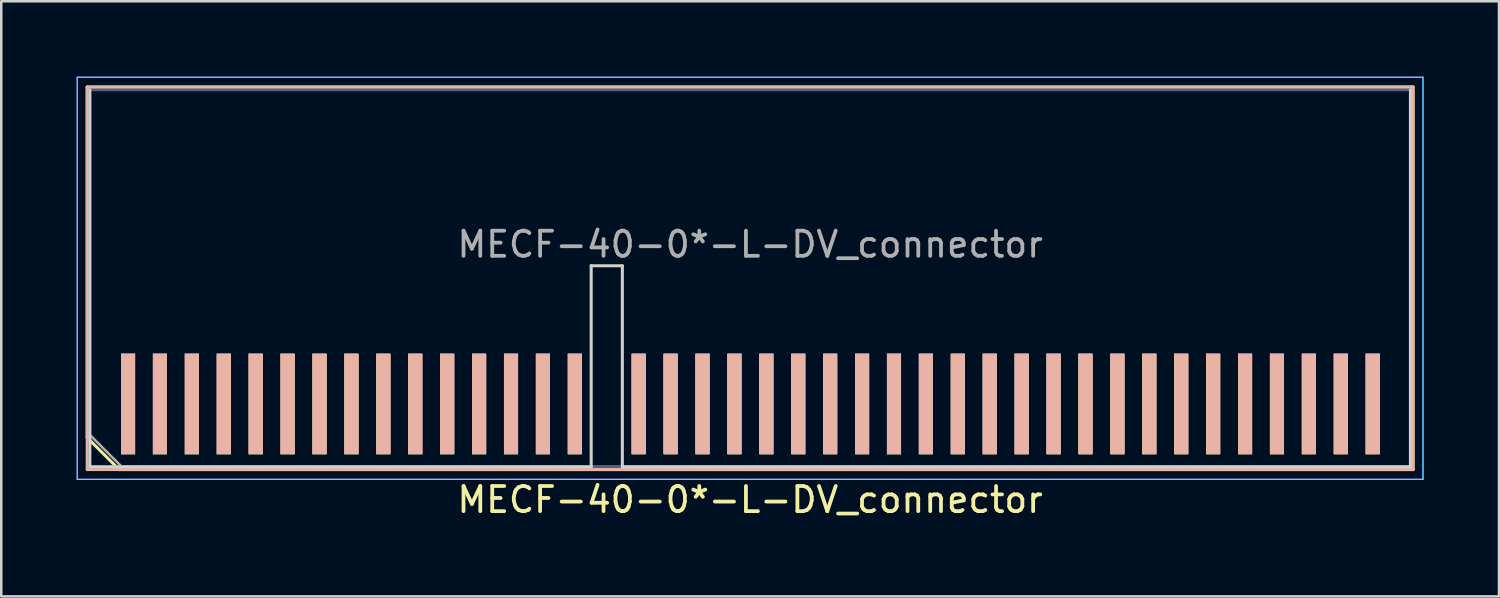
<source format=kicad_pcb>
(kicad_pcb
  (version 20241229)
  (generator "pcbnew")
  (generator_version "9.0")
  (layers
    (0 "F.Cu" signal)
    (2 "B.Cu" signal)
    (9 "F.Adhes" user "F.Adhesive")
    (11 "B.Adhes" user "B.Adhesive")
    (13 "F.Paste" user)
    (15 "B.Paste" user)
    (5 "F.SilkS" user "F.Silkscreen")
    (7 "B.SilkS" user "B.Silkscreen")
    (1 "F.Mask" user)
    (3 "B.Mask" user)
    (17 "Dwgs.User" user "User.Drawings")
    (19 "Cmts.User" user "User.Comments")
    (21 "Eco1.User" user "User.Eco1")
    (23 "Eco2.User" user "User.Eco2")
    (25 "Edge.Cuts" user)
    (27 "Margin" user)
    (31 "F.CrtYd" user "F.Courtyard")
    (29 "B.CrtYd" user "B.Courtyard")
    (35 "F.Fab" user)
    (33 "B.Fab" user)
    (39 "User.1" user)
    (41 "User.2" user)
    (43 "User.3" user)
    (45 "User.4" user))
  (footprint "MECF-40-0*-L-DV_connector"
    (layer "F.Cu")
    (at 26.8 13.025)
    (property "Reference" "MECF-40-0*-L-DV_connector" (at 0 3.81 0) (layer "F.SilkS") (effects (font (size 1 1) (thickness 0.15))))
    (attr through_hole)
    (fp_line (start -26.38 -12.61) (end 26.38 -12.61) (stroke (width 0.12) (type solid)) (layer "F.SilkS"))
    (fp_line (start -26.38 1.34) (end -26.38 -12.61) (stroke (width 0.12) (type solid)) (layer "F.SilkS"))
    (fp_line (start -25.11 2.61) (end -26.38 1.34) (stroke (width 0.12) (type solid)) (layer "F.SilkS"))
    (fp_line (start -25.11 2.61) (end 26.38 2.61) (stroke (width 0.12) (type solid)) (layer "F.SilkS"))
    (fp_line (start 26.38 2.61) (end 26.38 -12.61) (stroke (width 0.12) (type solid)) (layer "F.SilkS"))
    (fp_line (start -26.38 -12.61) (end 26.38 -12.61) (stroke (width 0.12) (type solid)) (layer "B.SilkS"))
    (fp_line (start -26.38 2.61) (end -26.38 -12.61) (stroke (width 0.12) (type solid)) (layer "B.SilkS"))
    (fp_line (start -26.38 2.61) (end 26.38 2.61) (stroke (width 0.12) (type solid)) (layer "B.SilkS"))
    (fp_line (start 26.38 2.61) (end 26.38 -12.61) (stroke (width 0.12) (type solid)) (layer "B.SilkS"))
    (fp_line (start -26.275 2.5) (end -26.275 -12.5) (stroke (width 0.12) (type solid)) (layer "Edge.Cuts"))
    (fp_line (start -26.275 2.5) (end -6.325 2.5) (stroke (width 0.12) (type solid)) (layer "Edge.Cuts"))
    (fp_line (start -6.325 -5.5) (end -5.085 -5.5) (stroke (width 0.12) (type solid)) (layer "Edge.Cuts"))
    (fp_line (start -6.325 2.5) (end -6.325 -5.5) (stroke (width 0.12) (type solid)) (layer "Edge.Cuts"))
    (fp_line (start -5.085 2.5) (end -5.085 -5.5) (stroke (width 0.12) (type solid)) (layer "Edge.Cuts"))
    (fp_line (start -5.085 2.5) (end 26.275 2.5) (stroke (width 0.12) (type solid)) (layer "Edge.Cuts"))
    (fp_line (start 26.275 2.5) (end 26.275 -12.5) (stroke (width 0.12) (type solid)) (layer "Edge.Cuts"))
    (fp_line (start -26.775 -13) (end -26.775 3) (stroke (width 0.05) (type solid)) (layer "B.CrtYd"))
    (fp_line (start -26.775 3) (end 26.775 3) (stroke (width 0.05) (type solid)) (layer "B.CrtYd"))
    (fp_line (start 26.775 -13) (end -26.775 -13) (stroke (width 0.05) (type solid)) (layer "B.CrtYd"))
    (fp_line (start 26.775 3) (end 26.775 -13) (stroke (width 0.05) (type solid)) (layer "B.CrtYd"))
    (fp_line (start -26.775 -13) (end -26.775 3) (stroke (width 0.05) (type solid)) (layer "F.CrtYd"))
    (fp_line (start -26.775 3) (end 26.775 3) (stroke (width 0.05) (type solid)) (layer "F.CrtYd"))
    (fp_line (start 26.775 -13) (end -26.775 -13) (stroke (width 0.05) (type solid)) (layer "F.CrtYd"))
    (fp_line (start 26.775 3) (end 26.775 -13) (stroke (width 0.05) (type solid)) (layer "F.CrtYd"))
    (fp_line (start -26.275 -12.5) (end 26.275 -12.5) (stroke (width 0.1) (type solid)) (layer "B.Fab"))
    (fp_line (start -26.275 2.5) (end -26.275 -12.5) (stroke (width 0.1) (type solid)) (layer "B.Fab"))
    (fp_line (start -26.275 2.5) (end 26.275 2.5) (stroke (width 0.1) (type solid)) (layer "B.Fab"))
    (fp_line (start 26.275 2.5) (end 26.275 -12.5) (stroke (width 0.1) (type solid)) (layer "B.Fab"))
    (fp_line (start -26.275 -12.5) (end 26.275 -12.5) (stroke (width 0.1) (type solid)) (layer "F.Fab"))
    (fp_line (start -26.275 1.23) (end -26.275 -12.5) (stroke (width 0.1) (type solid)) (layer "F.Fab"))
    (fp_line (start -26.275 1.23) (end -25.005 2.5) (stroke (width 0.1) (type solid)) (layer "F.Fab"))
    (fp_line (start -25.005 2.5) (end 26.275 2.5) (stroke (width 0.1) (type solid)) (layer "F.Fab"))
    (fp_line (start 26.275 2.5) (end 26.275 -12.5) (stroke (width 0.1) (type solid)) (layer "F.Fab"))
    (fp_text user "${REFERENCE}" (at 0 -6.35 0) (layer "F.Fab") (effects (font (size 1 1) (thickness 0.15))))
    (pad "1" smd rect (at -24.755 0) (size 0.56 4) (layers "F.Cu" "F.Mask" "F.SilkS"))
    (pad "2" smd rect (at -24.755 0) (size 0.56 4) (layers "B.Cu" "B.Mask" "B.SilkS"))
    (pad "3" smd rect (at -23.485 0) (size 0.56 4) (layers "F.Cu" "F.Mask" "F.SilkS"))
    (pad "4" smd rect (at -23.485 0) (size 0.56 4) (layers "B.Cu" "B.Mask" "B.SilkS"))
    (pad "5" smd rect (at -22.215 0) (size 0.56 4) (layers "F.Cu" "F.Mask" "F.SilkS"))
    (pad "6" smd rect (at -22.215 0) (size 0.56 4) (layers "B.Cu" "B.Mask" "B.SilkS"))
    (pad "7" smd rect (at -20.945 0) (size 0.56 4) (layers "F.Cu" "F.Mask" "F.SilkS"))
    (pad "8" smd rect (at -20.945 0) (size 0.56 4) (layers "B.Cu" "B.Mask" "B.SilkS"))
    (pad "9" smd rect (at -19.675 0) (size 0.56 4) (layers "F.Cu" "F.Mask" "F.SilkS"))
    (pad "10" smd rect (at -19.675 0) (size 0.56 4) (layers "B.Cu" "B.Mask" "B.SilkS"))
    (pad "11" smd rect (at -18.405 0) (size 0.56 4) (layers "F.Cu" "F.Mask" "F.SilkS"))
    (pad "12" smd rect (at -18.405 0) (size 0.56 4) (layers "B.Cu" "B.Mask" "B.SilkS"))
    (pad "13" smd rect (at -17.135 0) (size 0.56 4) (layers "F.Cu" "F.Mask" "F.SilkS"))
    (pad "14" smd rect (at -17.135 0) (size 0.56 4) (layers "B.Cu" "B.Mask" "B.SilkS"))
    (pad "15" smd rect (at -15.865 0) (size 0.56 4) (layers "F.Cu" "F.Mask" "F.SilkS"))
    (pad "16" smd rect (at -15.865 0) (size 0.56 4) (layers "B.Cu" "B.Mask" "B.SilkS"))
    (pad "17" smd rect (at -14.595 0) (size 0.56 4) (layers "F.Cu" "F.Mask" "F.SilkS"))
    (pad "18" smd rect (at -14.595 0) (size 0.56 4) (layers "B.Cu" "B.Mask" "B.SilkS"))
    (pad "19" smd rect (at -13.325 0) (size 0.56 4) (layers "F.Cu" "F.Mask" "F.SilkS"))
    (pad "20" smd rect (at -13.325 0) (size 0.56 4) (layers "B.Cu" "B.Mask" "B.SilkS"))
    (pad "21" smd rect (at -12.055 0) (size 0.56 4) (layers "F.Cu" "F.Mask" "F.SilkS"))
    (pad "22" smd rect (at -12.055 0) (size 0.56 4) (layers "B.Cu" "B.Mask" "B.SilkS"))
    (pad "23" smd rect (at -10.785 0) (size 0.56 4) (layers "F.Cu" "F.Mask" "F.SilkS"))
    (pad "24" smd rect (at -10.785 0) (size 0.56 4) (layers "B.Cu" "B.Mask" "B.SilkS"))
    (pad "25" smd rect (at -9.515 0) (size 0.56 4) (layers "F.Cu" "F.Mask" "F.SilkS"))
    (pad "26" smd rect (at -9.515 0) (size 0.56 4) (layers "B.Cu" "B.Mask" "B.SilkS"))
    (pad "27" smd rect (at -8.245 0) (size 0.56 4) (layers "F.Cu" "F.Mask" "F.SilkS"))
    (pad "28" smd rect (at -8.245 0) (size 0.56 4) (layers "B.Cu" "B.Mask" "B.SilkS"))
    (pad "29" smd rect (at -6.975 0) (size 0.56 4) (layers "F.Cu" "F.Mask" "F.SilkS"))
    (pad "30" smd rect (at -6.975 0) (size 0.56 4) (layers "B.Cu" "B.Mask" "B.SilkS"))
    (pad "33" smd rect (at -4.435 0) (size 0.56 4) (layers "F.Cu" "F.Mask" "F.SilkS"))
    (pad "34" smd rect (at -4.435 0) (size 0.56 4) (layers "B.Cu" "B.Mask" "B.SilkS"))
    (pad "35" smd rect (at -3.165 0) (size 0.56 4) (layers "F.Cu" "F.Mask" "F.SilkS"))
    (pad "36" smd rect (at -3.165 0) (size 0.56 4) (layers "B.Cu" "B.Mask" "B.SilkS"))
    (pad "37" smd rect (at -1.895 0) (size 0.56 4) (layers "F.Cu" "F.Mask" "F.SilkS"))
    (pad "38" smd rect (at -1.895 0) (size 0.56 4) (layers "B.Cu" "B.Mask" "B.SilkS"))
    (pad "39" smd rect (at -0.625 0) (size 0.56 4) (layers "F.Cu" "F.Mask" "F.SilkS"))
    (pad "40" smd rect (at -0.625 0) (size 0.56 4) (layers "B.Cu" "B.Mask" "B.SilkS"))
    (pad "41" smd rect (at 0.645 0) (size 0.56 4) (layers "F.Cu" "F.Mask" "F.SilkS"))
    (pad "42" smd rect (at 0.645 0) (size 0.56 4) (layers "B.Cu" "B.Mask" "B.SilkS"))
    (pad "43" smd rect (at 1.915 0) (size 0.56 4) (layers "F.Cu" "F.Mask" "F.SilkS"))
    (pad "44" smd rect (at 1.915 0) (size 0.56 4) (layers "B.Cu" "B.Mask" "B.SilkS"))
    (pad "45" smd rect (at 3.185 0) (size 0.56 4) (layers "F.Cu" "F.Mask" "F.SilkS"))
    (pad "46" smd rect (at 3.185 0) (size 0.56 4) (layers "B.Cu" "B.Mask" "B.SilkS"))
    (pad "47" smd rect (at 4.455 0) (size 0.56 4) (layers "F.Cu" "F.Mask" "F.SilkS"))
    (pad "48" smd rect (at 4.455 0) (size 0.56 4) (layers "B.Cu" "B.Mask" "B.SilkS"))
    (pad "49" smd rect (at 5.725 0) (size 0.56 4) (layers "F.Cu" "F.Mask" "F.SilkS"))
    (pad "50" smd rect (at 5.725 0) (size 0.56 4) (layers "B.Cu" "B.Mask" "B.SilkS"))
    (pad "51" smd rect (at 6.995 0) (size 0.56 4) (layers "F.Cu" "F.Mask" "F.SilkS"))
    (pad "52" smd rect (at 6.995 0) (size 0.56 4) (layers "B.Cu" "B.Mask" "B.SilkS"))
    (pad "53" smd rect (at 8.265 0) (size 0.56 4) (layers "F.Cu" "F.Mask" "F.SilkS"))
    (pad "54" smd rect (at 8.265 0) (size 0.56 4) (layers "B.Cu" "B.Mask" "B.SilkS"))
    (pad "55" smd rect (at 9.535 0) (size 0.56 4) (layers "F.Cu" "F.Mask" "F.SilkS"))
    (pad "56" smd rect (at 9.535 0) (size 0.56 4) (layers "B.Cu" "B.Mask" "B.SilkS"))
    (pad "57" smd rect (at 10.805 0) (size 0.56 4) (layers "F.Cu" "F.Mask" "F.SilkS"))
    (pad "58" smd rect (at 10.805 0) (size 0.56 4) (layers "B.Cu" "B.Mask" "B.SilkS"))
    (pad "59" smd rect (at 12.075 0) (size 0.56 4) (layers "F.Cu" "F.Mask" "F.SilkS"))
    (pad "60" smd rect (at 12.075 0) (size 0.56 4) (layers "B.Cu" "B.Mask" "B.SilkS"))
    (pad "61" smd rect (at 13.345 0) (size 0.56 4) (layers "F.Cu" "F.Mask" "F.SilkS"))
    (pad "62" smd rect (at 13.345 0) (size 0.56 4) (layers "B.Cu" "B.Mask" "B.SilkS"))
    (pad "63" smd rect (at 14.615 0) (size 0.56 4) (layers "F.Cu" "F.Mask" "F.SilkS"))
    (pad "64" smd rect (at 14.615 0) (size 0.56 4) (layers "B.Cu" "B.Mask" "B.SilkS"))
    (pad "65" smd rect (at 15.885 0) (size 0.56 4) (layers "F.Cu" "F.Mask" "F.SilkS"))
    (pad "66" smd rect (at 15.885 0) (size 0.56 4) (layers "B.Cu" "B.Mask" "B.SilkS"))
    (pad "67" smd rect (at 17.155 0) (size 0.56 4) (layers "F.Cu" "F.Mask" "F.SilkS"))
    (pad "68" smd rect (at 17.155 0) (size 0.56 4) (layers "B.Cu" "B.Mask" "B.SilkS"))
    (pad "69" smd rect (at 18.425 0) (size 0.56 4) (layers "F.Cu" "F.Mask" "F.SilkS"))
    (pad "70" smd rect (at 18.425 0) (size 0.56 4) (layers "B.Cu" "B.Mask" "B.SilkS"))
    (pad "71" smd rect (at 19.695 0) (size 0.56 4) (layers "F.Cu" "F.Mask" "F.SilkS"))
    (pad "72" smd rect (at 19.695 0) (size 0.56 4) (layers "B.Cu" "B.Mask" "B.SilkS"))
    (pad "73" smd rect (at 20.965 0) (size 0.56 4) (layers "F.Cu" "F.Mask" "F.SilkS"))
    (pad "74" smd rect (at 20.965 0) (size 0.56 4) (layers "B.Cu" "B.Mask" "B.SilkS"))
    (pad "75" smd rect (at 22.235 0) (size 0.56 4) (layers "F.Cu" "F.Mask" "F.SilkS"))
    (pad "76" smd rect (at 22.235 0) (size 0.56 4) (layers "B.Cu" "B.Mask" "B.SilkS"))
    (pad "77" smd rect (at 23.505 0) (size 0.56 4) (layers "F.Cu" "F.Mask" "F.SilkS"))
    (pad "78" smd rect (at 23.505 0) (size 0.56 4) (layers "B.Cu" "B.Mask" "B.SilkS"))
    (pad "79" smd rect (at 24.775 0) (size 0.56 4) (layers "F.Cu" "F.Mask" "F.SilkS"))
    (pad "80" smd rect (at 24.775 0) (size 0.56 4) (layers "B.Cu" "B.Mask" "B.SilkS")))
  (gr_rect
    (start -3 -3)
    (end 56.6 20.683)
    (stroke (width 0.1) (type default))
    (fill no)
    (layer "Edge.Cuts")))
</source>
